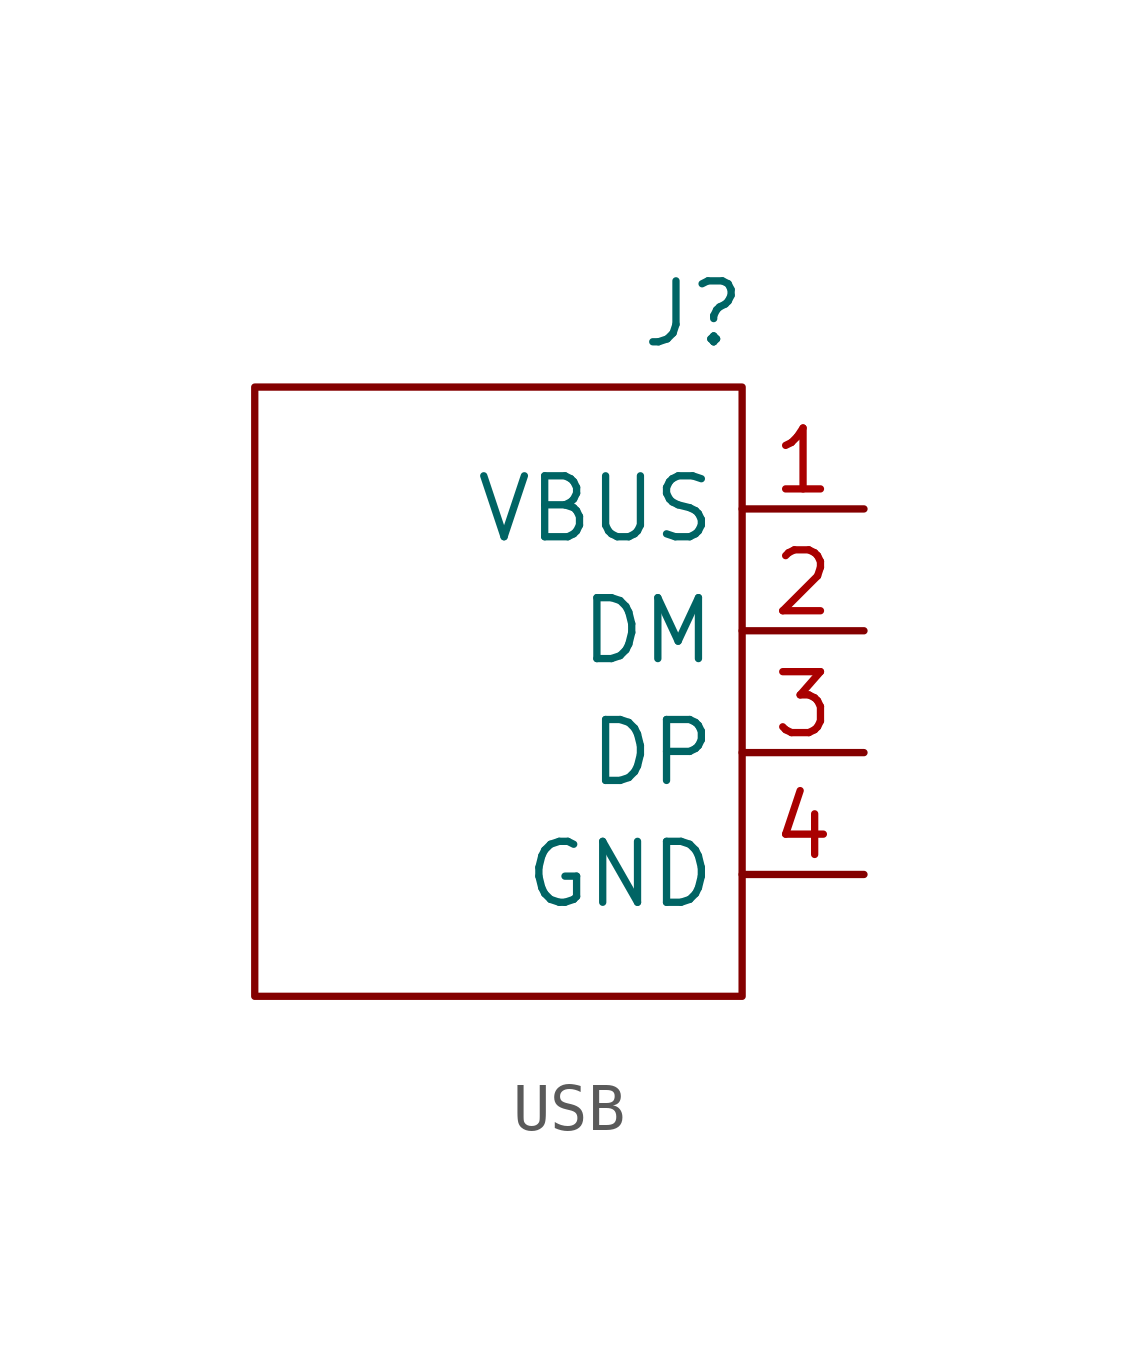
<source format=kicad_sym>
(kicad_symbol_lib
  (version 20231120)
  (generator "kicad_symbol_editor")
  (generator_version "8.0")
  (symbol "USB"
    (property "Reference" "J"
      (at 5.334 6.604 0)
      (effects (font (size 1.27 1.27))))
    (property "Value" ""
      (at 3.81 0 0)
      (effects (font (size 1.27 1.27))))
    (symbol "USB_0_1"
      (rectangle (start 6.35 5.08) (end -3.81 -7.62) (stroke (width 0) (type default)) (fill (type none))))
    (symbol "USB_1_1"
      (pin power_in line (at 8.89 2.54 180) (length 2.54) (name "VBUS" (effects (font (size 1.27 1.27)))) (number "1" (effects (font (size 1.27 1.27)))))
      (pin bidirectional line (at 8.89 0 180) (length 2.54) (name "DM" (effects (font (size 1.27 1.27)))) (number "2" (effects (font (size 1.27 1.27)))))
      (pin bidirectional line (at 8.89 -2.54 180) (length 2.54) (name "DP" (effects (font (size 1.27 1.27)))) (number "3" (effects (font (size 1.27 1.27)))))
      (pin power_out line (at 8.89 -5.08 180) (length 2.54) (name "GND" (effects (font (size 1.27 1.27)))) (number "4" (effects (font (size 1.27 1.27))))))))
</source>
